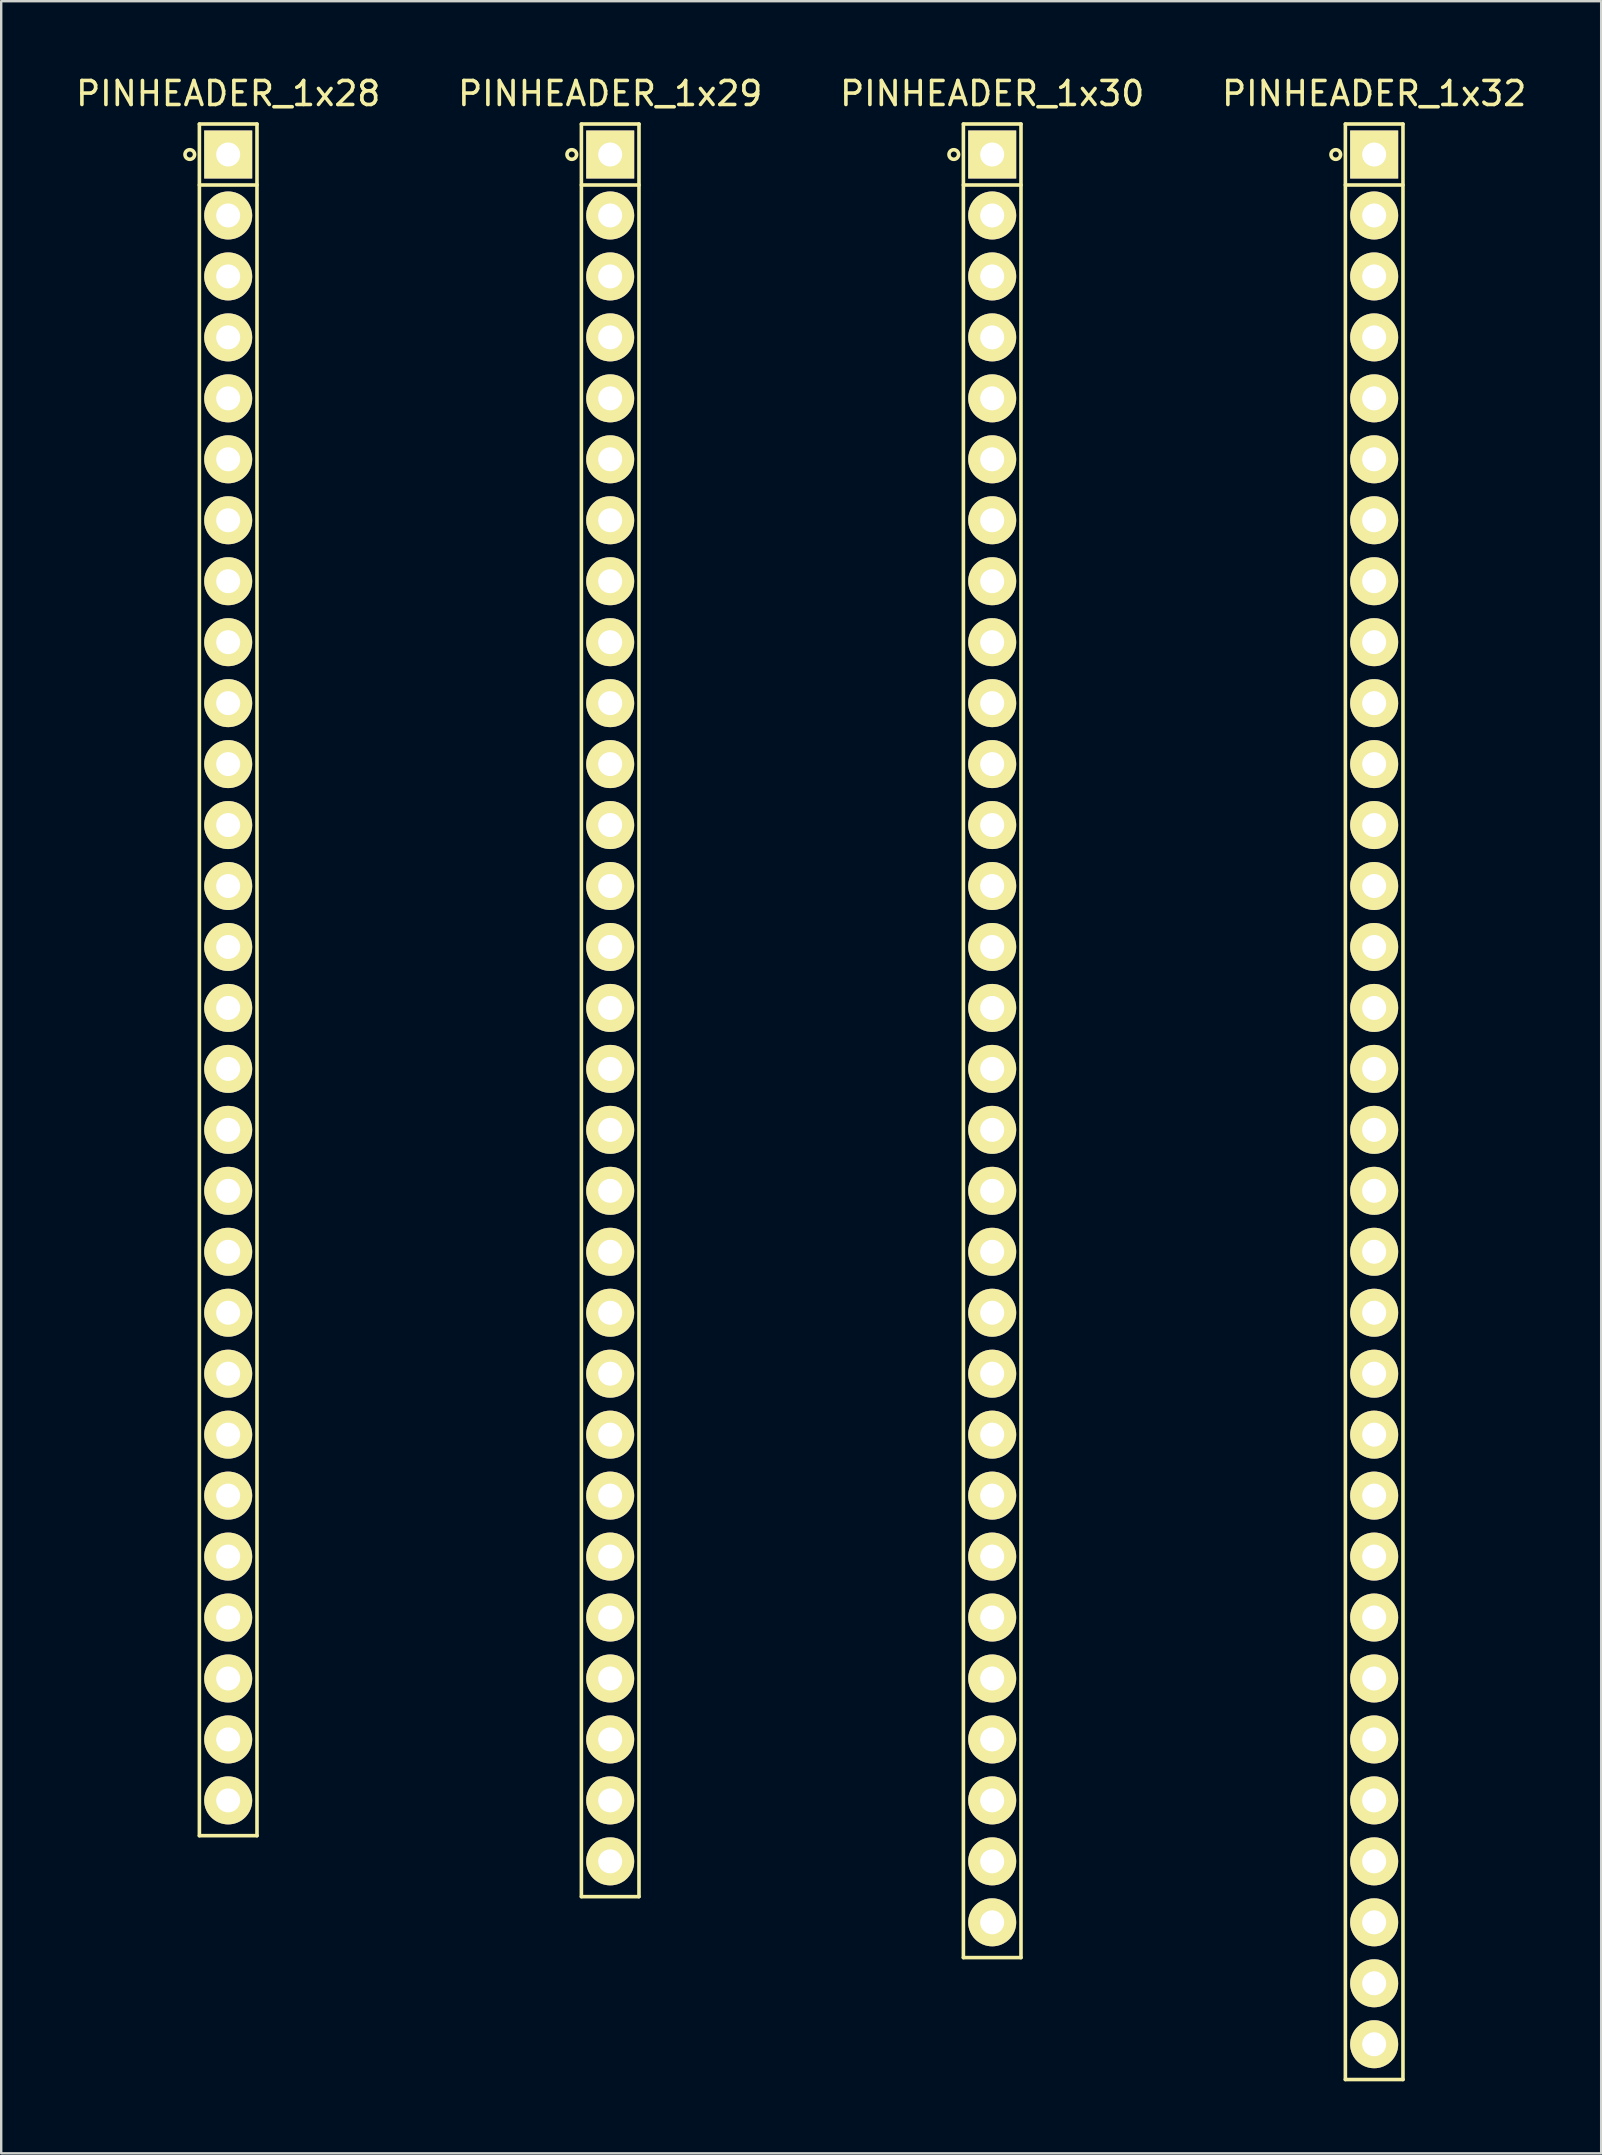
<source format=kicad_pcb>
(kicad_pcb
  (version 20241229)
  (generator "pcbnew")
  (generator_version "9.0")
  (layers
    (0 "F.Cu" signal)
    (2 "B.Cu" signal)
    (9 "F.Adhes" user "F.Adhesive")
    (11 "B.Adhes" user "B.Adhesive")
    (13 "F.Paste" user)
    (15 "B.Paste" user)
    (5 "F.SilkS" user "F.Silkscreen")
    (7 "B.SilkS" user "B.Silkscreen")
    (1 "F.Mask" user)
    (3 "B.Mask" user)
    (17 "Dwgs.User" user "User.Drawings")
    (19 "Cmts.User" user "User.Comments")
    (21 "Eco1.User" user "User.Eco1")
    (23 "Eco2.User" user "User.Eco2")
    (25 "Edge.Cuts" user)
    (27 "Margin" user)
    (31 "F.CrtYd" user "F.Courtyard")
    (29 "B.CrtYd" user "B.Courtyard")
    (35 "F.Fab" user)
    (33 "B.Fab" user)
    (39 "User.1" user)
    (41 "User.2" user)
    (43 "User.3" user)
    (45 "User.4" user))
  (footprint "PINHEADER_1x28"
    (layer "F.Cu")
    (at 6.458 3.388)
    (property "Reference" "PINHEADER_1x28" (at 0 -2.54 0) (layer "F.SilkS") (effects (font (size 1 1) (thickness 0.15))))
    (attr through_hole)
    (fp_line (start -1.2 -1.27) (end 1.2 -1.27) (stroke (width 0.15) (type solid)) (layer "F.SilkS"))
    (fp_line (start -1.2 1.27) (end 1.2 1.27) (stroke (width 0.15) (type solid)) (layer "F.SilkS"))
    (fp_line (start -1.2 70.05) (end -1.2 -1.27) (stroke (width 0.15) (type solid)) (layer "F.SilkS"))
    (fp_line (start 1.2 -1.27) (end 1.2 70.05) (stroke (width 0.15) (type solid)) (layer "F.SilkS"))
    (fp_line (start 1.2 70.05) (end -1.2 70.05) (stroke (width 0.15) (type solid)) (layer "F.SilkS"))
    (fp_circle (center -1.6 0) (end -1.6 0.2) (stroke (width 0.15) (type solid)) (fill no) (layer "F.SilkS"))
    (pad "1" thru_hole rect (at 0 0) (size 2 2) (drill 1) (layers "*.Cu" "*.Mask" "F.SilkS"))
    (pad "2" thru_hole circle (at 0 2.54) (size 2 2) (drill 1) (layers "*.Cu" "*.Mask" "F.SilkS"))
    (pad "3" thru_hole circle (at 0 5.08) (size 2 2) (drill 1) (layers "*.Cu" "*.Mask" "F.SilkS"))
    (pad "4" thru_hole circle (at 0 7.62) (size 2 2) (drill 1) (layers "*.Cu" "*.Mask" "F.SilkS"))
    (pad "5" thru_hole circle (at 0 10.16) (size 2 2) (drill 1) (layers "*.Cu" "*.Mask" "F.SilkS"))
    (pad "6" thru_hole circle (at 0 12.7) (size 2 2) (drill 1) (layers "*.Cu" "*.Mask" "F.SilkS"))
    (pad "7" thru_hole circle (at 0 15.24) (size 2 2) (drill 1) (layers "*.Cu" "*.Mask" "F.SilkS"))
    (pad "8" thru_hole circle (at 0 17.78) (size 2 2) (drill 1) (layers "*.Cu" "*.Mask" "F.SilkS"))
    (pad "9" thru_hole circle (at 0 20.32) (size 2 2) (drill 1) (layers "*.Cu" "*.Mask" "F.SilkS"))
    (pad "10" thru_hole circle (at 0 22.86) (size 2 2) (drill 1) (layers "*.Cu" "*.Mask" "F.SilkS"))
    (pad "11" thru_hole circle (at 0 25.4) (size 2 2) (drill 1) (layers "*.Cu" "*.Mask" "F.SilkS"))
    (pad "12" thru_hole circle (at 0 27.94) (size 2 2) (drill 1) (layers "*.Cu" "*.Mask" "F.SilkS"))
    (pad "13" thru_hole circle (at 0 30.48) (size 2 2) (drill 1) (layers "*.Cu" "*.Mask" "F.SilkS"))
    (pad "14" thru_hole circle (at 0 33.02) (size 2 2) (drill 1) (layers "*.Cu" "*.Mask" "F.SilkS"))
    (pad "15" thru_hole circle (at 0 35.56) (size 2 2) (drill 1) (layers "*.Cu" "*.Mask" "F.SilkS"))
    (pad "16" thru_hole circle (at 0 38.1) (size 2 2) (drill 1) (layers "*.Cu" "*.Mask" "F.SilkS"))
    (pad "17" thru_hole circle (at 0 40.64) (size 2 2) (drill 1) (layers "*.Cu" "*.Mask" "F.SilkS"))
    (pad "18" thru_hole circle (at 0 43.18) (size 2 2) (drill 1) (layers "*.Cu" "*.Mask" "F.SilkS"))
    (pad "19" thru_hole circle (at 0 45.72) (size 2 2) (drill 1) (layers "*.Cu" "*.Mask" "F.SilkS"))
    (pad "20" thru_hole circle (at 0 48.26) (size 2 2) (drill 1) (layers "*.Cu" "*.Mask" "F.SilkS"))
    (pad "21" thru_hole circle (at 0 50.8) (size 2 2) (drill 1) (layers "*.Cu" "*.Mask" "F.SilkS"))
    (pad "22" thru_hole circle (at 0 53.34) (size 2 2) (drill 1) (layers "*.Cu" "*.Mask" "F.SilkS"))
    (pad "23" thru_hole circle (at 0 55.88) (size 2 2) (drill 1) (layers "*.Cu" "*.Mask" "F.SilkS"))
    (pad "24" thru_hole circle (at 0 58.42) (size 2 2) (drill 1) (layers "*.Cu" "*.Mask" "F.SilkS"))
    (pad "25" thru_hole circle (at 0 60.96) (size 2 2) (drill 1) (layers "*.Cu" "*.Mask" "F.SilkS"))
    (pad "26" thru_hole circle (at 0 63.5) (size 2 2) (drill 1) (layers "*.Cu" "*.Mask" "F.SilkS"))
    (pad "27" thru_hole circle (at 0 66.04) (size 2 2) (drill 1) (layers "*.Cu" "*.Mask" "F.SilkS"))
    (pad "28" thru_hole circle (at 0 68.58) (size 2 2) (drill 1) (layers "*.Cu" "*.Mask" "F.SilkS")))
  (footprint "PINHEADER_1x32"
    (layer "F.Cu")
    (at 54.208 3.388)
    (property "Reference" "PINHEADER_1x32" (at 0 -2.54 0) (layer "F.SilkS") (effects (font (size 1 1) (thickness 0.15))))
    (attr through_hole)
    (fp_line (start -1.2 -1.27) (end 1.2 -1.27) (stroke (width 0.15) (type solid)) (layer "F.SilkS"))
    (fp_line (start -1.2 1.27) (end 1.2 1.27) (stroke (width 0.15) (type solid)) (layer "F.SilkS"))
    (fp_line (start -1.2 80.21) (end -1.2 -1.27) (stroke (width 0.15) (type solid)) (layer "F.SilkS"))
    (fp_line (start 1.2 -1.27) (end 1.2 80.21) (stroke (width 0.15) (type solid)) (layer "F.SilkS"))
    (fp_line (start 1.2 80.21) (end -1.2 80.21) (stroke (width 0.15) (type solid)) (layer "F.SilkS"))
    (fp_circle (center -1.6 0) (end -1.6 0.2) (stroke (width 0.15) (type solid)) (fill no) (layer "F.SilkS"))
    (pad "1" thru_hole rect (at 0 0) (size 2 2) (drill 1) (layers "*.Cu" "*.Mask" "F.SilkS"))
    (pad "2" thru_hole circle (at 0 2.54) (size 2 2) (drill 1) (layers "*.Cu" "*.Mask" "F.SilkS"))
    (pad "3" thru_hole circle (at 0 5.08) (size 2 2) (drill 1) (layers "*.Cu" "*.Mask" "F.SilkS"))
    (pad "4" thru_hole circle (at 0 7.62) (size 2 2) (drill 1) (layers "*.Cu" "*.Mask" "F.SilkS"))
    (pad "5" thru_hole circle (at 0 10.16) (size 2 2) (drill 1) (layers "*.Cu" "*.Mask" "F.SilkS"))
    (pad "6" thru_hole circle (at 0 12.7) (size 2 2) (drill 1) (layers "*.Cu" "*.Mask" "F.SilkS"))
    (pad "7" thru_hole circle (at 0 15.24) (size 2 2) (drill 1) (layers "*.Cu" "*.Mask" "F.SilkS"))
    (pad "8" thru_hole circle (at 0 17.78) (size 2 2) (drill 1) (layers "*.Cu" "*.Mask" "F.SilkS"))
    (pad "9" thru_hole circle (at 0 20.32) (size 2 2) (drill 1) (layers "*.Cu" "*.Mask" "F.SilkS"))
    (pad "10" thru_hole circle (at 0 22.86) (size 2 2) (drill 1) (layers "*.Cu" "*.Mask" "F.SilkS"))
    (pad "11" thru_hole circle (at 0 25.4) (size 2 2) (drill 1) (layers "*.Cu" "*.Mask" "F.SilkS"))
    (pad "12" thru_hole circle (at 0 27.94) (size 2 2) (drill 1) (layers "*.Cu" "*.Mask" "F.SilkS"))
    (pad "13" thru_hole circle (at 0 30.48) (size 2 2) (drill 1) (layers "*.Cu" "*.Mask" "F.SilkS"))
    (pad "14" thru_hole circle (at 0 33.02) (size 2 2) (drill 1) (layers "*.Cu" "*.Mask" "F.SilkS"))
    (pad "15" thru_hole circle (at 0 35.56) (size 2 2) (drill 1) (layers "*.Cu" "*.Mask" "F.SilkS"))
    (pad "16" thru_hole circle (at 0 38.1) (size 2 2) (drill 1) (layers "*.Cu" "*.Mask" "F.SilkS"))
    (pad "17" thru_hole circle (at 0 40.64) (size 2 2) (drill 1) (layers "*.Cu" "*.Mask" "F.SilkS"))
    (pad "18" thru_hole circle (at 0 43.18) (size 2 2) (drill 1) (layers "*.Cu" "*.Mask" "F.SilkS"))
    (pad "19" thru_hole circle (at 0 45.72) (size 2 2) (drill 1) (layers "*.Cu" "*.Mask" "F.SilkS"))
    (pad "20" thru_hole circle (at 0 48.26) (size 2 2) (drill 1) (layers "*.Cu" "*.Mask" "F.SilkS"))
    (pad "21" thru_hole circle (at 0 50.8) (size 2 2) (drill 1) (layers "*.Cu" "*.Mask" "F.SilkS"))
    (pad "22" thru_hole circle (at 0 53.34) (size 2 2) (drill 1) (layers "*.Cu" "*.Mask" "F.SilkS"))
    (pad "23" thru_hole circle (at 0 55.88) (size 2 2) (drill 1) (layers "*.Cu" "*.Mask" "F.SilkS"))
    (pad "24" thru_hole circle (at 0 58.42) (size 2 2) (drill 1) (layers "*.Cu" "*.Mask" "F.SilkS"))
    (pad "25" thru_hole circle (at 0 60.96) (size 2 2) (drill 1) (layers "*.Cu" "*.Mask" "F.SilkS"))
    (pad "26" thru_hole circle (at 0 63.5) (size 2 2) (drill 1) (layers "*.Cu" "*.Mask" "F.SilkS"))
    (pad "27" thru_hole circle (at 0 66.04) (size 2 2) (drill 1) (layers "*.Cu" "*.Mask" "F.SilkS"))
    (pad "28" thru_hole circle (at 0 68.58) (size 2 2) (drill 1) (layers "*.Cu" "*.Mask" "F.SilkS"))
    (pad "29" thru_hole circle (at 0 71.12) (size 2 2) (drill 1) (layers "*.Cu" "*.Mask" "F.SilkS"))
    (pad "30" thru_hole circle (at 0 73.66) (size 2 2) (drill 1) (layers "*.Cu" "*.Mask" "F.SilkS"))
    (pad "31" thru_hole circle (at 0 76.2) (size 2 2) (drill 1) (layers "*.Cu" "*.Mask" "F.SilkS"))
    (pad "32" thru_hole circle (at 0 78.74) (size 2 2) (drill 1) (layers "*.Cu" "*.Mask" "F.SilkS")))
  (footprint "PINHEADER_1x30"
    (layer "F.Cu")
    (at 38.292 3.388)
    (property "Reference" "PINHEADER_1x30" (at 0 -2.54 0) (layer "F.SilkS") (effects (font (size 1 1) (thickness 0.15))))
    (attr through_hole)
    (fp_line (start -1.2 -1.27) (end 1.2 -1.27) (stroke (width 0.15) (type solid)) (layer "F.SilkS"))
    (fp_line (start -1.2 1.27) (end 1.2 1.27) (stroke (width 0.15) (type solid)) (layer "F.SilkS"))
    (fp_line (start -1.2 75.13) (end -1.2 -1.27) (stroke (width 0.15) (type solid)) (layer "F.SilkS"))
    (fp_line (start 1.2 -1.27) (end 1.2 75.13) (stroke (width 0.15) (type solid)) (layer "F.SilkS"))
    (fp_line (start 1.2 75.13) (end -1.2 75.13) (stroke (width 0.15) (type solid)) (layer "F.SilkS"))
    (fp_circle (center -1.6 0) (end -1.6 0.2) (stroke (width 0.15) (type solid)) (fill no) (layer "F.SilkS"))
    (pad "1" thru_hole rect (at 0 0) (size 2 2) (drill 1) (layers "*.Cu" "*.Mask" "F.SilkS"))
    (pad "2" thru_hole circle (at 0 2.54) (size 2 2) (drill 1) (layers "*.Cu" "*.Mask" "F.SilkS"))
    (pad "3" thru_hole circle (at 0 5.08) (size 2 2) (drill 1) (layers "*.Cu" "*.Mask" "F.SilkS"))
    (pad "4" thru_hole circle (at 0 7.62) (size 2 2) (drill 1) (layers "*.Cu" "*.Mask" "F.SilkS"))
    (pad "5" thru_hole circle (at 0 10.16) (size 2 2) (drill 1) (layers "*.Cu" "*.Mask" "F.SilkS"))
    (pad "6" thru_hole circle (at 0 12.7) (size 2 2) (drill 1) (layers "*.Cu" "*.Mask" "F.SilkS"))
    (pad "7" thru_hole circle (at 0 15.24) (size 2 2) (drill 1) (layers "*.Cu" "*.Mask" "F.SilkS"))
    (pad "8" thru_hole circle (at 0 17.78) (size 2 2) (drill 1) (layers "*.Cu" "*.Mask" "F.SilkS"))
    (pad "9" thru_hole circle (at 0 20.32) (size 2 2) (drill 1) (layers "*.Cu" "*.Mask" "F.SilkS"))
    (pad "10" thru_hole circle (at 0 22.86) (size 2 2) (drill 1) (layers "*.Cu" "*.Mask" "F.SilkS"))
    (pad "11" thru_hole circle (at 0 25.4) (size 2 2) (drill 1) (layers "*.Cu" "*.Mask" "F.SilkS"))
    (pad "12" thru_hole circle (at 0 27.94) (size 2 2) (drill 1) (layers "*.Cu" "*.Mask" "F.SilkS"))
    (pad "13" thru_hole circle (at 0 30.48) (size 2 2) (drill 1) (layers "*.Cu" "*.Mask" "F.SilkS"))
    (pad "14" thru_hole circle (at 0 33.02) (size 2 2) (drill 1) (layers "*.Cu" "*.Mask" "F.SilkS"))
    (pad "15" thru_hole circle (at 0 35.56) (size 2 2) (drill 1) (layers "*.Cu" "*.Mask" "F.SilkS"))
    (pad "16" thru_hole circle (at 0 38.1) (size 2 2) (drill 1) (layers "*.Cu" "*.Mask" "F.SilkS"))
    (pad "17" thru_hole circle (at 0 40.64) (size 2 2) (drill 1) (layers "*.Cu" "*.Mask" "F.SilkS"))
    (pad "18" thru_hole circle (at 0 43.18) (size 2 2) (drill 1) (layers "*.Cu" "*.Mask" "F.SilkS"))
    (pad "19" thru_hole circle (at 0 45.72) (size 2 2) (drill 1) (layers "*.Cu" "*.Mask" "F.SilkS"))
    (pad "20" thru_hole circle (at 0 48.26) (size 2 2) (drill 1) (layers "*.Cu" "*.Mask" "F.SilkS"))
    (pad "21" thru_hole circle (at 0 50.8) (size 2 2) (drill 1) (layers "*.Cu" "*.Mask" "F.SilkS"))
    (pad "22" thru_hole circle (at 0 53.34) (size 2 2) (drill 1) (layers "*.Cu" "*.Mask" "F.SilkS"))
    (pad "23" thru_hole circle (at 0 55.88) (size 2 2) (drill 1) (layers "*.Cu" "*.Mask" "F.SilkS"))
    (pad "24" thru_hole circle (at 0 58.42) (size 2 2) (drill 1) (layers "*.Cu" "*.Mask" "F.SilkS"))
    (pad "25" thru_hole circle (at 0 60.96) (size 2 2) (drill 1) (layers "*.Cu" "*.Mask" "F.SilkS"))
    (pad "26" thru_hole circle (at 0 63.5) (size 2 2) (drill 1) (layers "*.Cu" "*.Mask" "F.SilkS"))
    (pad "27" thru_hole circle (at 0 66.04) (size 2 2) (drill 1) (layers "*.Cu" "*.Mask" "F.SilkS"))
    (pad "28" thru_hole circle (at 0 68.58) (size 2 2) (drill 1) (layers "*.Cu" "*.Mask" "F.SilkS"))
    (pad "29" thru_hole circle (at 0 71.12) (size 2 2) (drill 1) (layers "*.Cu" "*.Mask" "F.SilkS"))
    (pad "30" thru_hole circle (at 0 73.66) (size 2 2) (drill 1) (layers "*.Cu" "*.Mask" "F.SilkS")))
  (footprint "PINHEADER_1x29"
    (layer "F.Cu")
    (at 22.375 3.388)
    (property "Reference" "PINHEADER_1x29" (at 0 -2.54 0) (layer "F.SilkS") (effects (font (size 1 1) (thickness 0.15))))
    (attr through_hole)
    (fp_line (start -1.2 -1.27) (end 1.2 -1.27) (stroke (width 0.15) (type solid)) (layer "F.SilkS"))
    (fp_line (start -1.2 1.27) (end 1.2 1.27) (stroke (width 0.15) (type solid)) (layer "F.SilkS"))
    (fp_line (start -1.2 72.59) (end -1.2 -1.27) (stroke (width 0.15) (type solid)) (layer "F.SilkS"))
    (fp_line (start 1.2 -1.27) (end 1.2 72.59) (stroke (width 0.15) (type solid)) (layer "F.SilkS"))
    (fp_line (start 1.2 72.59) (end -1.2 72.59) (stroke (width 0.15) (type solid)) (layer "F.SilkS"))
    (fp_circle (center -1.6 0) (end -1.6 0.2) (stroke (width 0.15) (type solid)) (fill no) (layer "F.SilkS"))
    (pad "1" thru_hole rect (at 0 0) (size 2 2) (drill 1) (layers "*.Cu" "*.Mask" "F.SilkS"))
    (pad "2" thru_hole circle (at 0 2.54) (size 2 2) (drill 1) (layers "*.Cu" "*.Mask" "F.SilkS"))
    (pad "3" thru_hole circle (at 0 5.08) (size 2 2) (drill 1) (layers "*.Cu" "*.Mask" "F.SilkS"))
    (pad "4" thru_hole circle (at 0 7.62) (size 2 2) (drill 1) (layers "*.Cu" "*.Mask" "F.SilkS"))
    (pad "5" thru_hole circle (at 0 10.16) (size 2 2) (drill 1) (layers "*.Cu" "*.Mask" "F.SilkS"))
    (pad "6" thru_hole circle (at 0 12.7) (size 2 2) (drill 1) (layers "*.Cu" "*.Mask" "F.SilkS"))
    (pad "7" thru_hole circle (at 0 15.24) (size 2 2) (drill 1) (layers "*.Cu" "*.Mask" "F.SilkS"))
    (pad "8" thru_hole circle (at 0 17.78) (size 2 2) (drill 1) (layers "*.Cu" "*.Mask" "F.SilkS"))
    (pad "9" thru_hole circle (at 0 20.32) (size 2 2) (drill 1) (layers "*.Cu" "*.Mask" "F.SilkS"))
    (pad "10" thru_hole circle (at 0 22.86) (size 2 2) (drill 1) (layers "*.Cu" "*.Mask" "F.SilkS"))
    (pad "11" thru_hole circle (at 0 25.4) (size 2 2) (drill 1) (layers "*.Cu" "*.Mask" "F.SilkS"))
    (pad "12" thru_hole circle (at 0 27.94) (size 2 2) (drill 1) (layers "*.Cu" "*.Mask" "F.SilkS"))
    (pad "13" thru_hole circle (at 0 30.48) (size 2 2) (drill 1) (layers "*.Cu" "*.Mask" "F.SilkS"))
    (pad "14" thru_hole circle (at 0 33.02) (size 2 2) (drill 1) (layers "*.Cu" "*.Mask" "F.SilkS"))
    (pad "15" thru_hole circle (at 0 35.56) (size 2 2) (drill 1) (layers "*.Cu" "*.Mask" "F.SilkS"))
    (pad "16" thru_hole circle (at 0 38.1) (size 2 2) (drill 1) (layers "*.Cu" "*.Mask" "F.SilkS"))
    (pad "17" thru_hole circle (at 0 40.64) (size 2 2) (drill 1) (layers "*.Cu" "*.Mask" "F.SilkS"))
    (pad "18" thru_hole circle (at 0 43.18) (size 2 2) (drill 1) (layers "*.Cu" "*.Mask" "F.SilkS"))
    (pad "19" thru_hole circle (at 0 45.72) (size 2 2) (drill 1) (layers "*.Cu" "*.Mask" "F.SilkS"))
    (pad "20" thru_hole circle (at 0 48.26) (size 2 2) (drill 1) (layers "*.Cu" "*.Mask" "F.SilkS"))
    (pad "21" thru_hole circle (at 0 50.8) (size 2 2) (drill 1) (layers "*.Cu" "*.Mask" "F.SilkS"))
    (pad "22" thru_hole circle (at 0 53.34) (size 2 2) (drill 1) (layers "*.Cu" "*.Mask" "F.SilkS"))
    (pad "23" thru_hole circle (at 0 55.88) (size 2 2) (drill 1) (layers "*.Cu" "*.Mask" "F.SilkS"))
    (pad "24" thru_hole circle (at 0 58.42) (size 2 2) (drill 1) (layers "*.Cu" "*.Mask" "F.SilkS"))
    (pad "25" thru_hole circle (at 0 60.96) (size 2 2) (drill 1) (layers "*.Cu" "*.Mask" "F.SilkS"))
    (pad "26" thru_hole circle (at 0 63.5) (size 2 2) (drill 1) (layers "*.Cu" "*.Mask" "F.SilkS"))
    (pad "27" thru_hole circle (at 0 66.04) (size 2 2) (drill 1) (layers "*.Cu" "*.Mask" "F.SilkS"))
    (pad "28" thru_hole circle (at 0 68.58) (size 2 2) (drill 1) (layers "*.Cu" "*.Mask" "F.SilkS"))
    (pad "29" thru_hole circle (at 0 71.12) (size 2 2) (drill 1) (layers "*.Cu" "*.Mask" "F.SilkS")))
  (gr_rect
    (start -3 -3)
    (end 63.667 86.673)
    (stroke (width 0.1) (type default))
    (fill no)
    (layer "Edge.Cuts")))
</source>
